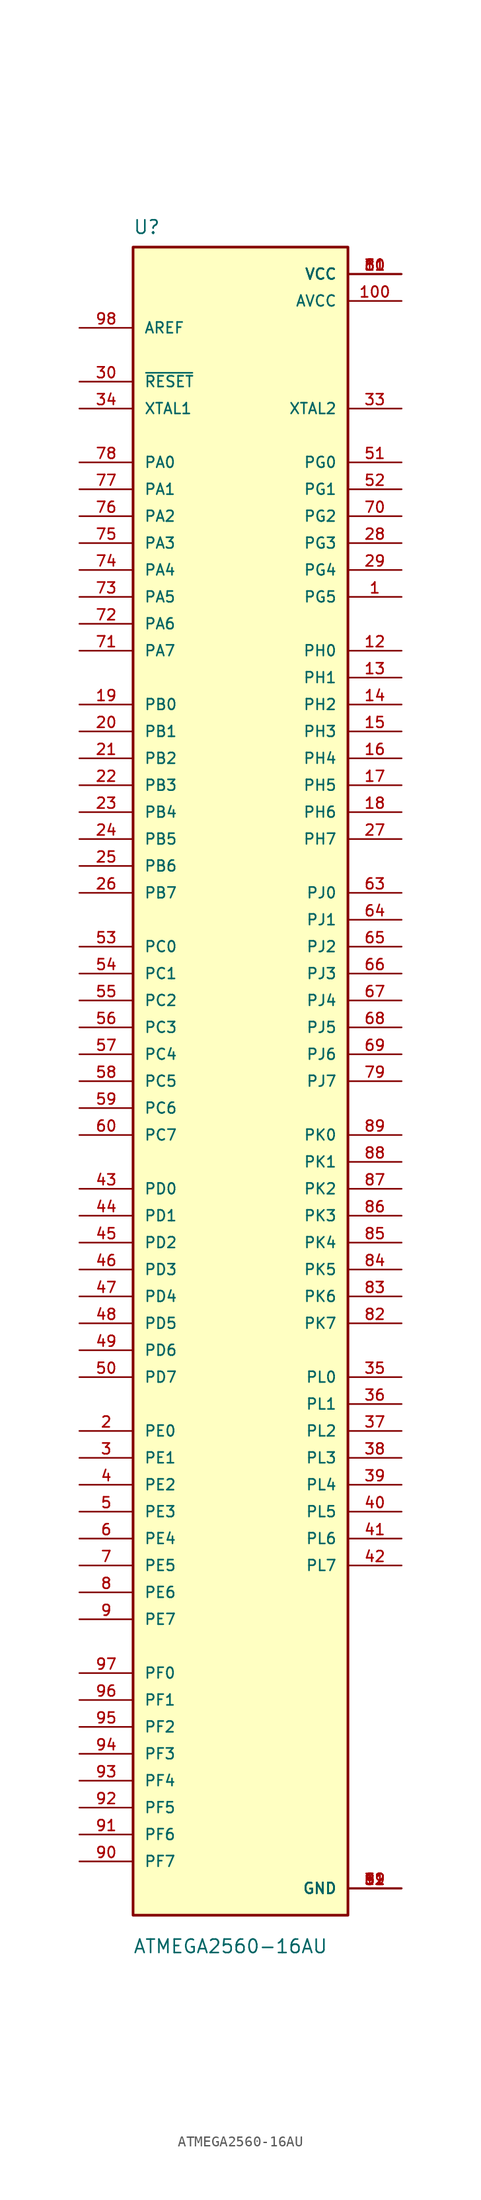
<source format=kicad_sym>
(kicad_symbol_lib
  (version 20211014)
  (generator kicad_symbol_editor)
  (symbol "ATMEGA2560-16AU"
    (pin_names
      (offset 1.016))
    (property "Reference" "U"
      (at -10.176 82.428 0)
      (effects (font (size 1.27 1.27)) (justify bottom left)))
    (property "Value" "ATMEGA2560-16AU"
      (at -10.176 -79.884 0)
      (effects (font (size 1.27 1.27)) (justify bottom left)))
    (symbol "ATMEGA2560-16AU_0_0"
      (rectangle (start -10.16 -76.2) (end 10.16 81.28) (stroke (width 0.254)) (fill (type background)))
      (pin power_in line (at 15.24 78.74 180.0) (length 5.08) (name "VCC" (effects (font (size 1.016 1.016)))) (number "10" (effects (font (size 1.016 1.016)))))
      (pin power_in line (at 15.24 78.74 180.0) (length 5.08) (name "VCC" (effects (font (size 1.016 1.016)))) (number "31" (effects (font (size 1.016 1.016)))))
      (pin power_in line (at 15.24 78.74 180.0) (length 5.08) (name "VCC" (effects (font (size 1.016 1.016)))) (number "61" (effects (font (size 1.016 1.016)))))
      (pin power_in line (at 15.24 78.74 180.0) (length 5.08) (name "VCC" (effects (font (size 1.016 1.016)))) (number "80" (effects (font (size 1.016 1.016)))))
      (pin power_in line (at 15.24 -73.66 180.0) (length 5.08) (name "GND" (effects (font (size 1.016 1.016)))) (number "11" (effects (font (size 1.016 1.016)))))
      (pin power_in line (at 15.24 -73.66 180.0) (length 5.08) (name "GND" (effects (font (size 1.016 1.016)))) (number "32" (effects (font (size 1.016 1.016)))))
      (pin power_in line (at 15.24 -73.66 180.0) (length 5.08) (name "GND" (effects (font (size 1.016 1.016)))) (number "62" (effects (font (size 1.016 1.016)))))
      (pin power_in line (at 15.24 -73.66 180.0) (length 5.08) (name "GND" (effects (font (size 1.016 1.016)))) (number "81" (effects (font (size 1.016 1.016)))))
      (pin power_in line (at 15.24 -73.66 180.0) (length 5.08) (name "GND" (effects (font (size 1.016 1.016)))) (number "99" (effects (font (size 1.016 1.016)))))
      (pin bidirectional line (at -15.24 60.96 0) (length 5.08) (name "PA0" (effects (font (size 1.016 1.016)))) (number "78" (effects (font (size 1.016 1.016)))))
      (pin bidirectional line (at -15.24 58.42 0) (length 5.08) (name "PA1" (effects (font (size 1.016 1.016)))) (number "77" (effects (font (size 1.016 1.016)))))
      (pin bidirectional line (at -15.24 55.88 0) (length 5.08) (name "PA2" (effects (font (size 1.016 1.016)))) (number "76" (effects (font (size 1.016 1.016)))))
      (pin bidirectional line (at -15.24 53.34 0) (length 5.08) (name "PA3" (effects (font (size 1.016 1.016)))) (number "75" (effects (font (size 1.016 1.016)))))
      (pin bidirectional line (at -15.24 50.8 0) (length 5.08) (name "PA4" (effects (font (size 1.016 1.016)))) (number "74" (effects (font (size 1.016 1.016)))))
      (pin bidirectional line (at -15.24 48.26 0) (length 5.08) (name "PA5" (effects (font (size 1.016 1.016)))) (number "73" (effects (font (size 1.016 1.016)))))
      (pin bidirectional line (at -15.24 45.72 0) (length 5.08) (name "PA6" (effects (font (size 1.016 1.016)))) (number "72" (effects (font (size 1.016 1.016)))))
      (pin bidirectional line (at -15.24 43.18 0) (length 5.08) (name "PA7" (effects (font (size 1.016 1.016)))) (number "71" (effects (font (size 1.016 1.016)))))
      (pin bidirectional line (at -15.24 38.1 0) (length 5.08) (name "PB0" (effects (font (size 1.016 1.016)))) (number "19" (effects (font (size 1.016 1.016)))))
      (pin bidirectional line (at -15.24 35.56 0) (length 5.08) (name "PB1" (effects (font (size 1.016 1.016)))) (number "20" (effects (font (size 1.016 1.016)))))
      (pin bidirectional line (at -15.24 33.02 0) (length 5.08) (name "PB2" (effects (font (size 1.016 1.016)))) (number "21" (effects (font (size 1.016 1.016)))))
      (pin bidirectional line (at -15.24 30.48 0) (length 5.08) (name "PB3" (effects (font (size 1.016 1.016)))) (number "22" (effects (font (size 1.016 1.016)))))
      (pin bidirectional line (at -15.24 27.94 0) (length 5.08) (name "PB4" (effects (font (size 1.016 1.016)))) (number "23" (effects (font (size 1.016 1.016)))))
      (pin bidirectional line (at -15.24 25.4 0) (length 5.08) (name "PB5" (effects (font (size 1.016 1.016)))) (number "24" (effects (font (size 1.016 1.016)))))
      (pin bidirectional line (at -15.24 22.86 0) (length 5.08) (name "PB6" (effects (font (size 1.016 1.016)))) (number "25" (effects (font (size 1.016 1.016)))))
      (pin bidirectional line (at -15.24 20.32 0) (length 5.08) (name "PB7" (effects (font (size 1.016 1.016)))) (number "26" (effects (font (size 1.016 1.016)))))
      (pin bidirectional line (at -15.24 15.24 0) (length 5.08) (name "PC0" (effects (font (size 1.016 1.016)))) (number "53" (effects (font (size 1.016 1.016)))))
      (pin bidirectional line (at -15.24 12.7 0) (length 5.08) (name "PC1" (effects (font (size 1.016 1.016)))) (number "54" (effects (font (size 1.016 1.016)))))
      (pin bidirectional line (at -15.24 10.16 0) (length 5.08) (name "PC2" (effects (font (size 1.016 1.016)))) (number "55" (effects (font (size 1.016 1.016)))))
      (pin bidirectional line (at -15.24 7.62 0) (length 5.08) (name "PC3" (effects (font (size 1.016 1.016)))) (number "56" (effects (font (size 1.016 1.016)))))
      (pin bidirectional line (at -15.24 5.08 0) (length 5.08) (name "PC4" (effects (font (size 1.016 1.016)))) (number "57" (effects (font (size 1.016 1.016)))))
      (pin bidirectional line (at -15.24 2.54 0) (length 5.08) (name "PC5" (effects (font (size 1.016 1.016)))) (number "58" (effects (font (size 1.016 1.016)))))
      (pin bidirectional line (at -15.24 0.0 0) (length 5.08) (name "PC6" (effects (font (size 1.016 1.016)))) (number "59" (effects (font (size 1.016 1.016)))))
      (pin bidirectional line (at -15.24 -2.54 0) (length 5.08) (name "PC7" (effects (font (size 1.016 1.016)))) (number "60" (effects (font (size 1.016 1.016)))))
      (pin bidirectional line (at -15.24 -7.62 0) (length 5.08) (name "PD0" (effects (font (size 1.016 1.016)))) (number "43" (effects (font (size 1.016 1.016)))))
      (pin bidirectional line (at -15.24 -10.16 0) (length 5.08) (name "PD1" (effects (font (size 1.016 1.016)))) (number "44" (effects (font (size 1.016 1.016)))))
      (pin bidirectional line (at -15.24 -12.7 0) (length 5.08) (name "PD2" (effects (font (size 1.016 1.016)))) (number "45" (effects (font (size 1.016 1.016)))))
      (pin bidirectional line (at -15.24 -15.24 0) (length 5.08) (name "PD3" (effects (font (size 1.016 1.016)))) (number "46" (effects (font (size 1.016 1.016)))))
      (pin bidirectional line (at -15.24 -17.78 0) (length 5.08) (name "PD4" (effects (font (size 1.016 1.016)))) (number "47" (effects (font (size 1.016 1.016)))))
      (pin bidirectional line (at -15.24 -20.32 0) (length 5.08) (name "PD5" (effects (font (size 1.016 1.016)))) (number "48" (effects (font (size 1.016 1.016)))))
      (pin bidirectional line (at -15.24 -22.86 0) (length 5.08) (name "PD6" (effects (font (size 1.016 1.016)))) (number "49" (effects (font (size 1.016 1.016)))))
      (pin bidirectional line (at -15.24 -25.4 0) (length 5.08) (name "PD7" (effects (font (size 1.016 1.016)))) (number "50" (effects (font (size 1.016 1.016)))))
      (pin bidirectional line (at -15.24 -30.48 0) (length 5.08) (name "PE0" (effects (font (size 1.016 1.016)))) (number "2" (effects (font (size 1.016 1.016)))))
      (pin bidirectional line (at -15.24 -33.02 0) (length 5.08) (name "PE1" (effects (font (size 1.016 1.016)))) (number "3" (effects (font (size 1.016 1.016)))))
      (pin bidirectional line (at -15.24 -35.56 0) (length 5.08) (name "PE2" (effects (font (size 1.016 1.016)))) (number "4" (effects (font (size 1.016 1.016)))))
      (pin bidirectional line (at -15.24 -38.1 0) (length 5.08) (name "PE3" (effects (font (size 1.016 1.016)))) (number "5" (effects (font (size 1.016 1.016)))))
      (pin bidirectional line (at -15.24 -40.64 0) (length 5.08) (name "PE4" (effects (font (size 1.016 1.016)))) (number "6" (effects (font (size 1.016 1.016)))))
      (pin bidirectional line (at -15.24 -43.18 0) (length 5.08) (name "PE5" (effects (font (size 1.016 1.016)))) (number "7" (effects (font (size 1.016 1.016)))))
      (pin bidirectional line (at -15.24 -45.72 0) (length 5.08) (name "PE6" (effects (font (size 1.016 1.016)))) (number "8" (effects (font (size 1.016 1.016)))))
      (pin bidirectional line (at -15.24 -48.26 0) (length 5.08) (name "PE7" (effects (font (size 1.016 1.016)))) (number "9" (effects (font (size 1.016 1.016)))))
      (pin bidirectional line (at -15.24 -53.34 0) (length 5.08) (name "PF0" (effects (font (size 1.016 1.016)))) (number "97" (effects (font (size 1.016 1.016)))))
      (pin bidirectional line (at -15.24 -55.88 0) (length 5.08) (name "PF1" (effects (font (size 1.016 1.016)))) (number "96" (effects (font (size 1.016 1.016)))))
      (pin bidirectional line (at -15.24 -58.42 0) (length 5.08) (name "PF2" (effects (font (size 1.016 1.016)))) (number "95" (effects (font (size 1.016 1.016)))))
      (pin bidirectional line (at -15.24 -60.96 0) (length 5.08) (name "PF3" (effects (font (size 1.016 1.016)))) (number "94" (effects (font (size 1.016 1.016)))))
      (pin bidirectional line (at -15.24 -63.5 0) (length 5.08) (name "PF4" (effects (font (size 1.016 1.016)))) (number "93" (effects (font (size 1.016 1.016)))))
      (pin bidirectional line (at -15.24 -66.04 0) (length 5.08) (name "PF5" (effects (font (size 1.016 1.016)))) (number "92" (effects (font (size 1.016 1.016)))))
      (pin bidirectional line (at -15.24 -68.58 0) (length 5.08) (name "PF6" (effects (font (size 1.016 1.016)))) (number "91" (effects (font (size 1.016 1.016)))))
      (pin bidirectional line (at -15.24 -71.12 0) (length 5.08) (name "PF7" (effects (font (size 1.016 1.016)))) (number "90" (effects (font (size 1.016 1.016)))))
      (pin bidirectional line (at 15.24 60.96 180.0) (length 5.08) (name "PG0" (effects (font (size 1.016 1.016)))) (number "51" (effects (font (size 1.016 1.016)))))
      (pin bidirectional line (at 15.24 58.42 180.0) (length 5.08) (name "PG1" (effects (font (size 1.016 1.016)))) (number "52" (effects (font (size 1.016 1.016)))))
      (pin bidirectional line (at 15.24 55.88 180.0) (length 5.08) (name "PG2" (effects (font (size 1.016 1.016)))) (number "70" (effects (font (size 1.016 1.016)))))
      (pin bidirectional line (at 15.24 53.34 180.0) (length 5.08) (name "PG3" (effects (font (size 1.016 1.016)))) (number "28" (effects (font (size 1.016 1.016)))))
      (pin bidirectional line (at 15.24 50.8 180.0) (length 5.08) (name "PG4" (effects (font (size 1.016 1.016)))) (number "29" (effects (font (size 1.016 1.016)))))
      (pin bidirectional line (at 15.24 48.26 180.0) (length 5.08) (name "PG5" (effects (font (size 1.016 1.016)))) (number "1" (effects (font (size 1.016 1.016)))))
      (pin bidirectional line (at 15.24 43.18 180.0) (length 5.08) (name "PH0" (effects (font (size 1.016 1.016)))) (number "12" (effects (font (size 1.016 1.016)))))
      (pin bidirectional line (at 15.24 40.64 180.0) (length 5.08) (name "PH1" (effects (font (size 1.016 1.016)))) (number "13" (effects (font (size 1.016 1.016)))))
      (pin bidirectional line (at 15.24 38.1 180.0) (length 5.08) (name "PH2" (effects (font (size 1.016 1.016)))) (number "14" (effects (font (size 1.016 1.016)))))
      (pin bidirectional line (at 15.24 35.56 180.0) (length 5.08) (name "PH3" (effects (font (size 1.016 1.016)))) (number "15" (effects (font (size 1.016 1.016)))))
      (pin bidirectional line (at 15.24 33.02 180.0) (length 5.08) (name "PH4" (effects (font (size 1.016 1.016)))) (number "16" (effects (font (size 1.016 1.016)))))
      (pin bidirectional line (at 15.24 30.48 180.0) (length 5.08) (name "PH5" (effects (font (size 1.016 1.016)))) (number "17" (effects (font (size 1.016 1.016)))))
      (pin bidirectional line (at 15.24 27.94 180.0) (length 5.08) (name "PH6" (effects (font (size 1.016 1.016)))) (number "18" (effects (font (size 1.016 1.016)))))
      (pin bidirectional line (at 15.24 25.4 180.0) (length 5.08) (name "PH7" (effects (font (size 1.016 1.016)))) (number "27" (effects (font (size 1.016 1.016)))))
      (pin bidirectional line (at 15.24 20.32 180.0) (length 5.08) (name "PJ0" (effects (font (size 1.016 1.016)))) (number "63" (effects (font (size 1.016 1.016)))))
      (pin bidirectional line (at 15.24 17.78 180.0) (length 5.08) (name "PJ1" (effects (font (size 1.016 1.016)))) (number "64" (effects (font (size 1.016 1.016)))))
      (pin bidirectional line (at 15.24 15.24 180.0) (length 5.08) (name "PJ2" (effects (font (size 1.016 1.016)))) (number "65" (effects (font (size 1.016 1.016)))))
      (pin bidirectional line (at 15.24 12.7 180.0) (length 5.08) (name "PJ3" (effects (font (size 1.016 1.016)))) (number "66" (effects (font (size 1.016 1.016)))))
      (pin bidirectional line (at 15.24 10.16 180.0) (length 5.08) (name "PJ4" (effects (font (size 1.016 1.016)))) (number "67" (effects (font (size 1.016 1.016)))))
      (pin bidirectional line (at 15.24 7.62 180.0) (length 5.08) (name "PJ5" (effects (font (size 1.016 1.016)))) (number "68" (effects (font (size 1.016 1.016)))))
      (pin bidirectional line (at 15.24 5.08 180.0) (length 5.08) (name "PJ6" (effects (font (size 1.016 1.016)))) (number "69" (effects (font (size 1.016 1.016)))))
      (pin bidirectional line (at 15.24 2.54 180.0) (length 5.08) (name "PJ7" (effects (font (size 1.016 1.016)))) (number "79" (effects (font (size 1.016 1.016)))))
      (pin bidirectional line (at 15.24 -2.54 180.0) (length 5.08) (name "PK0" (effects (font (size 1.016 1.016)))) (number "89" (effects (font (size 1.016 1.016)))))
      (pin bidirectional line (at 15.24 -5.08 180.0) (length 5.08) (name "PK1" (effects (font (size 1.016 1.016)))) (number "88" (effects (font (size 1.016 1.016)))))
      (pin bidirectional line (at 15.24 -7.62 180.0) (length 5.08) (name "PK2" (effects (font (size 1.016 1.016)))) (number "87" (effects (font (size 1.016 1.016)))))
      (pin bidirectional line (at 15.24 -10.16 180.0) (length 5.08) (name "PK3" (effects (font (size 1.016 1.016)))) (number "86" (effects (font (size 1.016 1.016)))))
      (pin bidirectional line (at 15.24 -12.7 180.0) (length 5.08) (name "PK4" (effects (font (size 1.016 1.016)))) (number "85" (effects (font (size 1.016 1.016)))))
      (pin bidirectional line (at 15.24 -15.24 180.0) (length 5.08) (name "PK5" (effects (font (size 1.016 1.016)))) (number "84" (effects (font (size 1.016 1.016)))))
      (pin bidirectional line (at 15.24 -17.78 180.0) (length 5.08) (name "PK6" (effects (font (size 1.016 1.016)))) (number "83" (effects (font (size 1.016 1.016)))))
      (pin bidirectional line (at 15.24 -20.32 180.0) (length 5.08) (name "PK7" (effects (font (size 1.016 1.016)))) (number "82" (effects (font (size 1.016 1.016)))))
      (pin bidirectional line (at 15.24 -25.4 180.0) (length 5.08) (name "PL0" (effects (font (size 1.016 1.016)))) (number "35" (effects (font (size 1.016 1.016)))))
      (pin bidirectional line (at 15.24 -27.94 180.0) (length 5.08) (name "PL1" (effects (font (size 1.016 1.016)))) (number "36" (effects (font (size 1.016 1.016)))))
      (pin bidirectional line (at 15.24 -30.48 180.0) (length 5.08) (name "PL2" (effects (font (size 1.016 1.016)))) (number "37" (effects (font (size 1.016 1.016)))))
      (pin bidirectional line (at 15.24 -33.02 180.0) (length 5.08) (name "PL3" (effects (font (size 1.016 1.016)))) (number "38" (effects (font (size 1.016 1.016)))))
      (pin bidirectional line (at 15.24 -35.56 180.0) (length 5.08) (name "PL4" (effects (font (size 1.016 1.016)))) (number "39" (effects (font (size 1.016 1.016)))))
      (pin bidirectional line (at 15.24 -38.1 180.0) (length 5.08) (name "PL5" (effects (font (size 1.016 1.016)))) (number "40" (effects (font (size 1.016 1.016)))))
      (pin bidirectional line (at 15.24 -40.64 180.0) (length 5.08) (name "PL6" (effects (font (size 1.016 1.016)))) (number "41" (effects (font (size 1.016 1.016)))))
      (pin bidirectional line (at 15.24 -43.18 180.0) (length 5.08) (name "PL7" (effects (font (size 1.016 1.016)))) (number "42" (effects (font (size 1.016 1.016)))))
      (pin input line (at -15.24 66.04 0) (length 5.08) (name "XTAL1" (effects (font (size 1.016 1.016)))) (number "34" (effects (font (size 1.016 1.016)))))
      (pin input line (at -15.24 68.58 0) (length 5.08) (name "~{RESET}" (effects (font (size 1.016 1.016)))) (number "30" (effects (font (size 1.016 1.016)))))
      (pin input line (at -15.24 73.66 0) (length 5.08) (name "AREF" (effects (font (size 1.016 1.016)))) (number "98" (effects (font (size 1.016 1.016)))))
      (pin output line (at 15.24 66.04 180.0) (length 5.08) (name "XTAL2" (effects (font (size 1.016 1.016)))) (number "33" (effects (font (size 1.016 1.016)))))
      (pin power_in line (at 15.24 76.2 180.0) (length 5.08) (name "AVCC" (effects (font (size 1.016 1.016)))) (number "100" (effects (font (size 1.016 1.016))))))))
</source>
